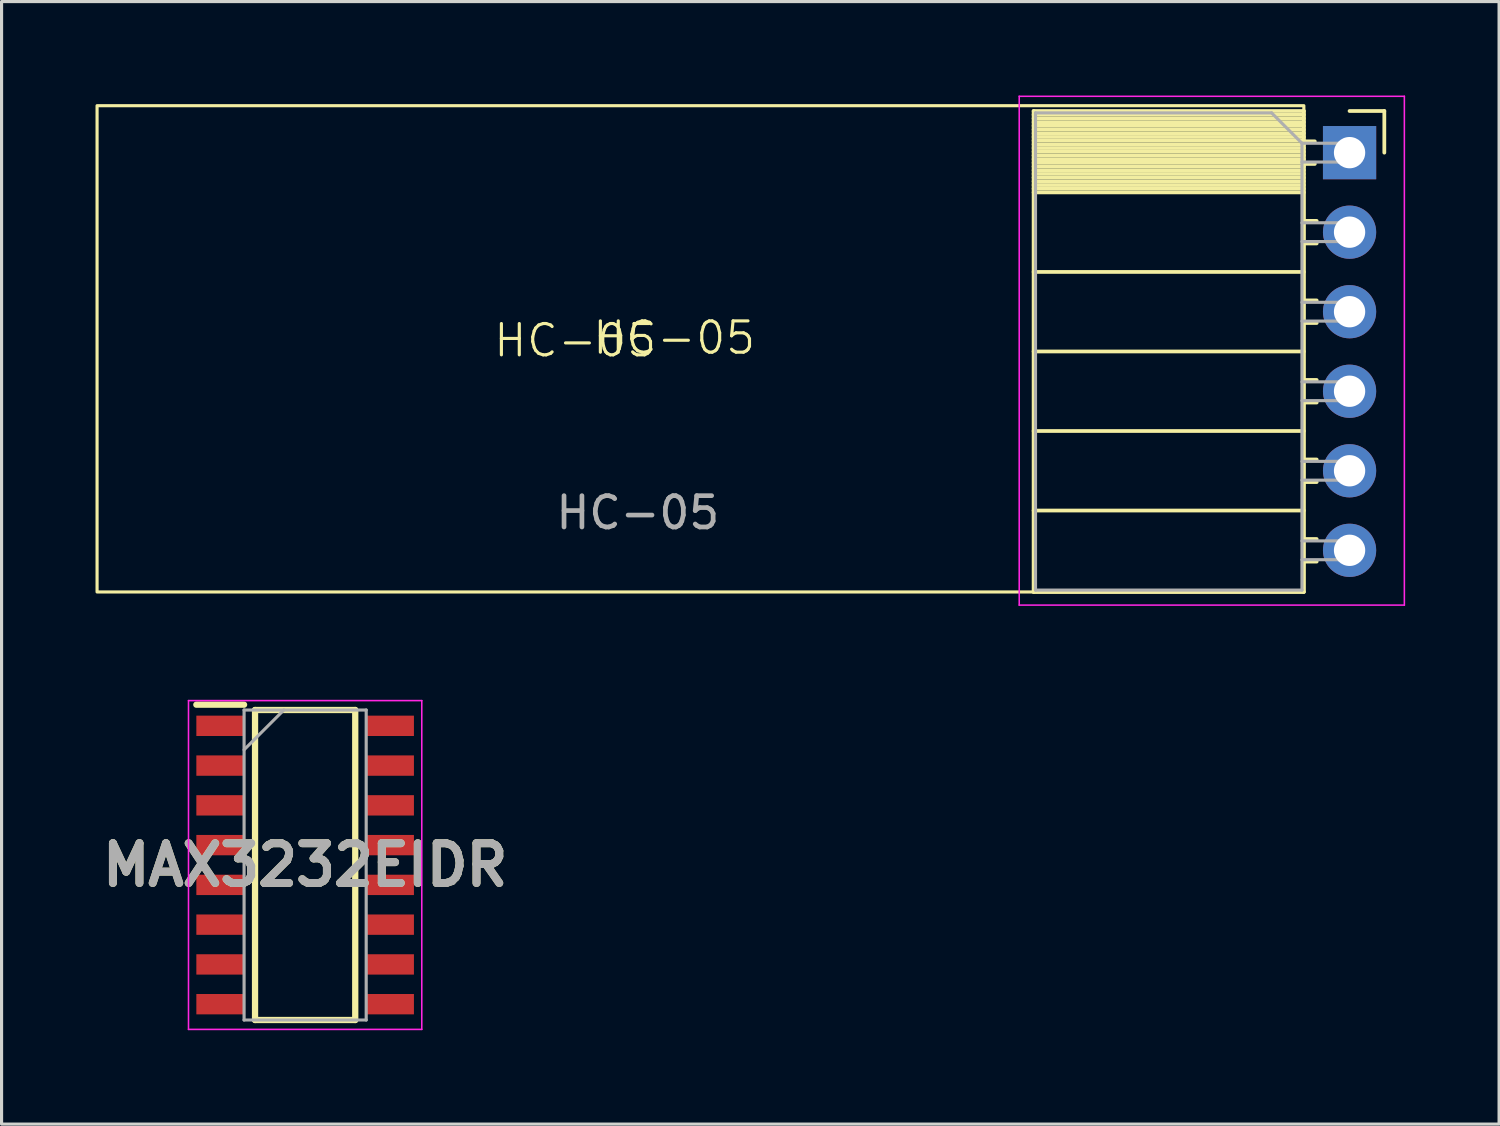
<source format=kicad_pcb>
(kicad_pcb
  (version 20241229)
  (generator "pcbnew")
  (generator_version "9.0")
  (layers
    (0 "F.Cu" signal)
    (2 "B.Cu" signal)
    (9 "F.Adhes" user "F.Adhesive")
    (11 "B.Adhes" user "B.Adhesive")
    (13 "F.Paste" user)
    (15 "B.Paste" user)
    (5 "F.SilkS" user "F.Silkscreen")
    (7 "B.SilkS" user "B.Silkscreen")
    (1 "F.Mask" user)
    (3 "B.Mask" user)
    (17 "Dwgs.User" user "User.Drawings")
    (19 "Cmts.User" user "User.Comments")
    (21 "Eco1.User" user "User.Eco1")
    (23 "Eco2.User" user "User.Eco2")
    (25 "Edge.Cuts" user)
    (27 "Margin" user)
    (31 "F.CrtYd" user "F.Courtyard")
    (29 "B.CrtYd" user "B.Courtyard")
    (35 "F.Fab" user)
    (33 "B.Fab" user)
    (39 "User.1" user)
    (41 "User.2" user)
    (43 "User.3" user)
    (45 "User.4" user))
  (footprint "HC-05"
    (layer "F.Cu")
    (at 17.82 10.825)
    (property "Reference" "HC-05" (at -2.5 -3 0) (unlocked yes) (layer "F.SilkS") (effects (font (size 1 1) (thickness 0.1))))
    (attr through_hole)
    (fp_line (start 12.14 -10.33) (end 12.14 5.03) (stroke (width 0.12) (type solid)) (layer "F.SilkS"))
    (fp_line (start 12.14 -10.33) (end 20.77 -10.33) (stroke (width 0.12) (type solid)) (layer "F.SilkS"))
    (fp_line (start 12.14 -10.21) (end 20.77 -10.21) (stroke (width 0.12) (type solid)) (layer "F.SilkS"))
    (fp_line (start 12.14 -10.092) (end 20.77 -10.092) (stroke (width 0.12) (type solid)) (layer "F.SilkS"))
    (fp_line (start 12.14 -9.974) (end 20.77 -9.974) (stroke (width 0.12) (type solid)) (layer "F.SilkS"))
    (fp_line (start 12.14 -9.856) (end 20.77 -9.856) (stroke (width 0.12) (type solid)) (layer "F.SilkS"))
    (fp_line (start 12.14 -9.738) (end 20.77 -9.738) (stroke (width 0.12) (type solid)) (layer "F.SilkS"))
    (fp_line (start 12.14 -9.62) (end 20.77 -9.62) (stroke (width 0.12) (type solid)) (layer "F.SilkS"))
    (fp_line (start 12.14 -9.501) (end 20.77 -9.501) (stroke (width 0.12) (type solid)) (layer "F.SilkS"))
    (fp_line (start 12.14 -9.383) (end 20.77 -9.383) (stroke (width 0.12) (type solid)) (layer "F.SilkS"))
    (fp_line (start 12.14 -9.265) (end 20.77 -9.265) (stroke (width 0.12) (type solid)) (layer "F.SilkS"))
    (fp_line (start 12.14 -9.147) (end 20.77 -9.147) (stroke (width 0.12) (type solid)) (layer "F.SilkS"))
    (fp_line (start 12.14 -9.029) (end 20.77 -9.029) (stroke (width 0.12) (type solid)) (layer "F.SilkS"))
    (fp_line (start 12.14 -8.911) (end 20.77 -8.911) (stroke (width 0.12) (type solid)) (layer "F.SilkS"))
    (fp_line (start 12.14 -8.793) (end 20.77 -8.793) (stroke (width 0.12) (type solid)) (layer "F.SilkS"))
    (fp_line (start 12.14 -8.675) (end 20.77 -8.675) (stroke (width 0.12) (type solid)) (layer "F.SilkS"))
    (fp_line (start 12.14 -8.557) (end 20.77 -8.557) (stroke (width 0.12) (type solid)) (layer "F.SilkS"))
    (fp_line (start 12.14 -8.439) (end 20.77 -8.439) (stroke (width 0.12) (type solid)) (layer "F.SilkS"))
    (fp_line (start 12.14 -8.32) (end 20.77 -8.32) (stroke (width 0.12) (type solid)) (layer "F.SilkS"))
    (fp_line (start 12.14 -8.202) (end 20.77 -8.202) (stroke (width 0.12) (type solid)) (layer "F.SilkS"))
    (fp_line (start 12.14 -8.084) (end 20.77 -8.084) (stroke (width 0.12) (type solid)) (layer "F.SilkS"))
    (fp_line (start 12.14 -7.966) (end 20.77 -7.966) (stroke (width 0.12) (type solid)) (layer "F.SilkS"))
    (fp_line (start 12.14 -7.848) (end 20.77 -7.848) (stroke (width 0.12) (type solid)) (layer "F.SilkS"))
    (fp_line (start 12.14 -7.73) (end 20.77 -7.73) (stroke (width 0.12) (type solid)) (layer "F.SilkS"))
    (fp_line (start 12.14 -5.19) (end 20.77 -5.19) (stroke (width 0.12) (type solid)) (layer "F.SilkS"))
    (fp_line (start 12.14 -2.65) (end 20.77 -2.65) (stroke (width 0.12) (type solid)) (layer "F.SilkS"))
    (fp_line (start 12.14 -0.11) (end 20.77 -0.11) (stroke (width 0.12) (type solid)) (layer "F.SilkS"))
    (fp_line (start 12.14 2.43) (end 20.77 2.43) (stroke (width 0.12) (type solid)) (layer "F.SilkS"))
    (fp_line (start 12.14 5.03) (end 20.77 5.03) (stroke (width 0.12) (type solid)) (layer "F.SilkS"))
    (fp_line (start 20.77 -10.33) (end 20.77 5.03) (stroke (width 0.12) (type solid)) (layer "F.SilkS"))
    (fp_line (start 20.77 -9.36) (end 21.12 -9.36) (stroke (width 0.12) (type solid)) (layer "F.SilkS"))
    (fp_line (start 20.77 -8.64) (end 21.12 -8.64) (stroke (width 0.12) (type solid)) (layer "F.SilkS"))
    (fp_line (start 20.77 -6.82) (end 21.18 -6.82) (stroke (width 0.12) (type solid)) (layer "F.SilkS"))
    (fp_line (start 20.77 -6.1) (end 21.18 -6.1) (stroke (width 0.12) (type solid)) (layer "F.SilkS"))
    (fp_line (start 20.77 -4.28) (end 21.18 -4.28) (stroke (width 0.12) (type solid)) (layer "F.SilkS"))
    (fp_line (start 20.77 -3.56) (end 21.18 -3.56) (stroke (width 0.12) (type solid)) (layer "F.SilkS"))
    (fp_line (start 20.77 -1.74) (end 21.18 -1.74) (stroke (width 0.12) (type solid)) (layer "F.SilkS"))
    (fp_line (start 20.77 -1.02) (end 21.18 -1.02) (stroke (width 0.12) (type solid)) (layer "F.SilkS"))
    (fp_line (start 20.77 0.8) (end 21.18 0.8) (stroke (width 0.12) (type solid)) (layer "F.SilkS"))
    (fp_line (start 20.77 1.52) (end 21.18 1.52) (stroke (width 0.12) (type solid)) (layer "F.SilkS"))
    (fp_line (start 20.77 3.34) (end 21.18 3.34) (stroke (width 0.12) (type solid)) (layer "F.SilkS"))
    (fp_line (start 20.77 4.06) (end 21.18 4.06) (stroke (width 0.12) (type solid)) (layer "F.SilkS"))
    (fp_line (start 22.23 -10.33) (end 23.34 -10.33) (stroke (width 0.12) (type solid)) (layer "F.SilkS"))
    (fp_line (start 23.34 -10.33) (end 23.34 -9) (stroke (width 0.12) (type solid)) (layer "F.SilkS"))
    (fp_rect (start 20.77 5.03) (end -17.77 -10.5) (stroke (width 0.1) (type default)) (fill no) (layer "F.SilkS"))
    (fp_line (start 11.68 -10.8) (end 11.68 5.45) (stroke (width 0.05) (type solid)) (layer "F.CrtYd"))
    (fp_line (start 11.68 5.45) (end 23.98 5.45) (stroke (width 0.05) (type solid)) (layer "F.CrtYd"))
    (fp_line (start 23.98 -10.8) (end 11.68 -10.8) (stroke (width 0.05) (type solid)) (layer "F.CrtYd"))
    (fp_line (start 23.98 5.45) (end 23.98 -10.8) (stroke (width 0.05) (type solid)) (layer "F.CrtYd"))
    (fp_line (start 12.2 -10.27) (end 19.74 -10.27) (stroke (width 0.1) (type solid)) (layer "F.Fab"))
    (fp_line (start 12.2 4.97) (end 12.2 -10.27) (stroke (width 0.1) (type solid)) (layer "F.Fab"))
    (fp_line (start 19.74 -10.27) (end 20.71 -9.3) (stroke (width 0.1) (type solid)) (layer "F.Fab"))
    (fp_line (start 20.71 -9.3) (end 20.71 4.97) (stroke (width 0.1) (type solid)) (layer "F.Fab"))
    (fp_line (start 20.71 -8.7) (end 22.23 -8.7) (stroke (width 0.1) (type solid)) (layer "F.Fab"))
    (fp_line (start 20.71 -6.16) (end 22.23 -6.16) (stroke (width 0.1) (type solid)) (layer "F.Fab"))
    (fp_line (start 20.71 -3.62) (end 22.23 -3.62) (stroke (width 0.1) (type solid)) (layer "F.Fab"))
    (fp_line (start 20.71 -1.08) (end 22.23 -1.08) (stroke (width 0.1) (type solid)) (layer "F.Fab"))
    (fp_line (start 20.71 1.46) (end 22.23 1.46) (stroke (width 0.1) (type solid)) (layer "F.Fab"))
    (fp_line (start 20.71 4) (end 22.23 4) (stroke (width 0.1) (type solid)) (layer "F.Fab"))
    (fp_line (start 20.71 4.97) (end 12.2 4.97) (stroke (width 0.1) (type solid)) (layer "F.Fab"))
    (fp_line (start 22.23 -9.3) (end 20.71 -9.3) (stroke (width 0.1) (type solid)) (layer "F.Fab"))
    (fp_line (start 22.23 -8.7) (end 22.23 -9.3) (stroke (width 0.1) (type solid)) (layer "F.Fab"))
    (fp_line (start 22.23 -6.76) (end 20.71 -6.76) (stroke (width 0.1) (type solid)) (layer "F.Fab"))
    (fp_line (start 22.23 -6.16) (end 22.23 -6.76) (stroke (width 0.1) (type solid)) (layer "F.Fab"))
    (fp_line (start 22.23 -4.22) (end 20.71 -4.22) (stroke (width 0.1) (type solid)) (layer "F.Fab"))
    (fp_line (start 22.23 -3.62) (end 22.23 -4.22) (stroke (width 0.1) (type solid)) (layer "F.Fab"))
    (fp_line (start 22.23 -1.68) (end 20.71 -1.68) (stroke (width 0.1) (type solid)) (layer "F.Fab"))
    (fp_line (start 22.23 -1.08) (end 22.23 -1.68) (stroke (width 0.1) (type solid)) (layer "F.Fab"))
    (fp_line (start 22.23 0.86) (end 20.71 0.86) (stroke (width 0.1) (type solid)) (layer "F.Fab"))
    (fp_line (start 22.23 1.46) (end 22.23 0.86) (stroke (width 0.1) (type solid)) (layer "F.Fab"))
    (fp_line (start 22.23 3.4) (end 20.71 3.4) (stroke (width 0.1) (type solid)) (layer "F.Fab"))
    (fp_line (start 22.23 4) (end 22.23 3.4) (stroke (width 0.1) (type solid)) (layer "F.Fab"))
    (fp_text user "HC-05" (at -2 -2.5 0) (unlocked yes) (layer "F.SilkS") (effects (font (size 1 1) (thickness 0.1)) (justify left bottom)))
    (fp_text user "${REFERENCE}" (at -0.5 2.5 0) (unlocked yes) (layer "F.Fab") (effects (font (size 1 1) (thickness 0.15))))
    (pad "1" thru_hole rect (at 22.23 -9) (size 1.7 1.7) (drill 1) (layers "*.Cu" "*.Mask"))
    (pad "2" thru_hole oval (at 22.23 -6.46) (size 1.7 1.7) (drill 1) (layers "*.Cu" "*.Mask"))
    (pad "3" thru_hole oval (at 22.23 -3.92) (size 1.7 1.7) (drill 1) (layers "*.Cu" "*.Mask"))
    (pad "4" thru_hole oval (at 22.23 -1.38) (size 1.7 1.7) (drill 1) (layers "*.Cu" "*.Mask"))
    (pad "5" thru_hole oval (at 22.23 1.16) (size 1.7 1.7) (drill 1) (layers "*.Cu" "*.Mask"))
    (pad "6" thru_hole oval (at 22.23 3.7) (size 1.7 1.7) (drill 1) (layers "*.Cu" "*.Mask")))
  (footprint "MAX3232EIDR"
    (layer "F.Cu")
    (at 6.695 24.575)
    (property "Reference" "MAX3232EIDR" (at 0 0 0) (layer "F.SilkS") (effects (font (size 1.27 1.27) (thickness 0.254))))
    (attr smd)
    (fp_line (start -3.475 -5.12) (end -1.95 -5.12) (stroke (width 0.2) (type solid)) (layer "F.SilkS"))
    (fp_line (start -1.6 -4.95) (end 1.6 -4.95) (stroke (width 0.2) (type solid)) (layer "F.SilkS"))
    (fp_line (start -1.6 4.95) (end -1.6 -4.95) (stroke (width 0.2) (type solid)) (layer "F.SilkS"))
    (fp_line (start 1.6 -4.95) (end 1.6 4.95) (stroke (width 0.2) (type solid)) (layer "F.SilkS"))
    (fp_line (start 1.6 4.95) (end -1.6 4.95) (stroke (width 0.2) (type solid)) (layer "F.SilkS"))
    (fp_line (start -3.725 -5.25) (end 3.725 -5.25) (stroke (width 0.05) (type solid)) (layer "F.CrtYd"))
    (fp_line (start -3.725 5.25) (end -3.725 -5.25) (stroke (width 0.05) (type solid)) (layer "F.CrtYd"))
    (fp_line (start 3.725 -5.25) (end 3.725 5.25) (stroke (width 0.05) (type solid)) (layer "F.CrtYd"))
    (fp_line (start 3.725 5.25) (end -3.725 5.25) (stroke (width 0.05) (type solid)) (layer "F.CrtYd"))
    (fp_line (start -1.95 -4.95) (end 1.95 -4.95) (stroke (width 0.1) (type solid)) (layer "F.Fab"))
    (fp_line (start -1.95 -3.68) (end -0.68 -4.95) (stroke (width 0.1) (type solid)) (layer "F.Fab"))
    (fp_line (start -1.95 4.95) (end -1.95 -4.95) (stroke (width 0.1) (type solid)) (layer "F.Fab"))
    (fp_line (start 1.95 -4.95) (end 1.95 4.95) (stroke (width 0.1) (type solid)) (layer "F.Fab"))
    (fp_line (start 1.95 4.95) (end -1.95 4.95) (stroke (width 0.1) (type solid)) (layer "F.Fab"))
    (fp_text user "${REFERENCE}" (at 0 0 0) (layer "F.Fab") (effects (font (size 1.27 1.27) (thickness 0.254))))
    (pad "1" smd rect (at -2.712 -4.445 90) (size 0.65 1.525) (layers "F.Cu" "F.Mask" "F.Paste"))
    (pad "2" smd rect (at -2.712 -3.175 90) (size 0.65 1.525) (layers "F.Cu" "F.Mask" "F.Paste"))
    (pad "3" smd rect (at -2.712 -1.905 90) (size 0.65 1.525) (layers "F.Cu" "F.Mask" "F.Paste"))
    (pad "4" smd rect (at -2.712 -0.635 90) (size 0.65 1.525) (layers "F.Cu" "F.Mask" "F.Paste"))
    (pad "5" smd rect (at -2.712 0.635 90) (size 0.65 1.525) (layers "F.Cu" "F.Mask" "F.Paste"))
    (pad "6" smd rect (at -2.712 1.905 90) (size 0.65 1.525) (layers "F.Cu" "F.Mask" "F.Paste"))
    (pad "7" smd rect (at -2.712 3.175 90) (size 0.65 1.525) (layers "F.Cu" "F.Mask" "F.Paste"))
    (pad "8" smd rect (at -2.712 4.445 90) (size 0.65 1.525) (layers "F.Cu" "F.Mask" "F.Paste"))
    (pad "9" smd rect (at 2.712 4.445 90) (size 0.65 1.525) (layers "F.Cu" "F.Mask" "F.Paste"))
    (pad "10" smd rect (at 2.712 3.175 90) (size 0.65 1.525) (layers "F.Cu" "F.Mask" "F.Paste"))
    (pad "11" smd rect (at 2.712 1.905 90) (size 0.65 1.525) (layers "F.Cu" "F.Mask" "F.Paste"))
    (pad "12" smd rect (at 2.712 0.635 90) (size 0.65 1.525) (layers "F.Cu" "F.Mask" "F.Paste"))
    (pad "13" smd rect (at 2.712 -0.635 90) (size 0.65 1.525) (layers "F.Cu" "F.Mask" "F.Paste"))
    (pad "14" smd rect (at 2.712 -1.905 90) (size 0.65 1.525) (layers "F.Cu" "F.Mask" "F.Paste"))
    (pad "15" smd rect (at 2.712 -3.175 90) (size 0.65 1.525) (layers "F.Cu" "F.Mask" "F.Paste"))
    (pad "16" smd rect (at 2.712 -4.445 90) (size 0.65 1.525) (layers "F.Cu" "F.Mask" "F.Paste")))
  (gr_rect
    (start -3 -3)
    (end 44.825 32.85)
    (stroke (width 0.1) (type default))
    (fill no)
    (layer "Edge.Cuts")))
</source>
